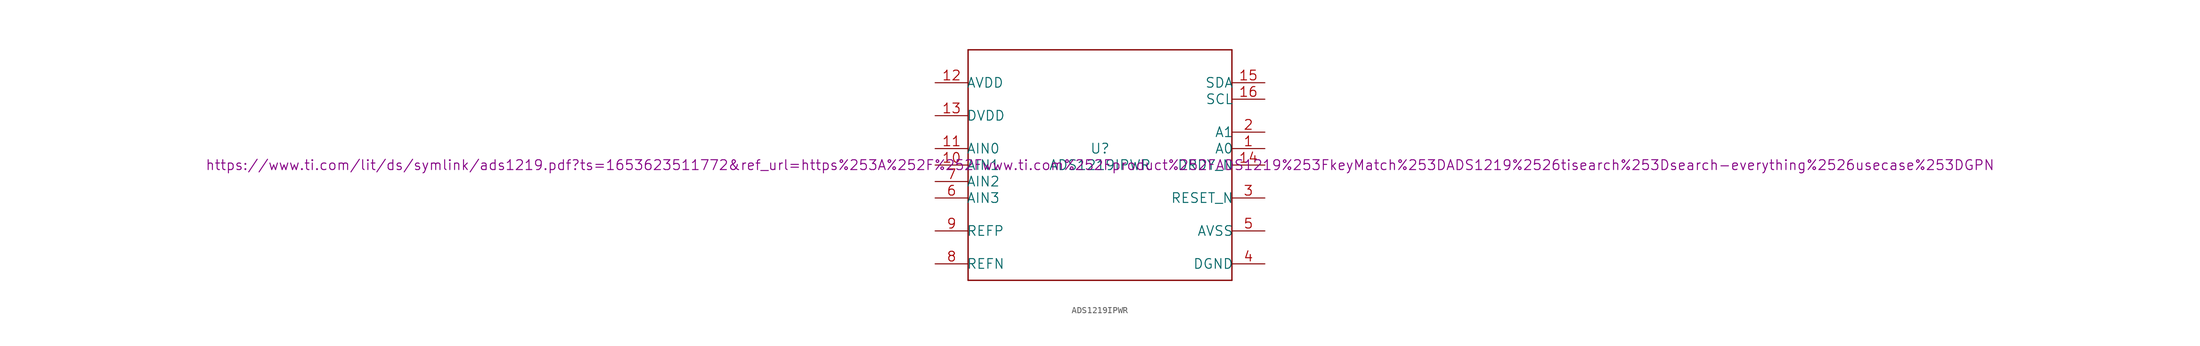
<source format=kicad_sym>
(kicad_symbol_lib
  (version 20211014)
  (generator kicad_symbol_editor)
  (symbol "ADS1219IPWR"
    (pin_names
      (offset -0.254))
    (property "Reference" "U"
      (at 0 2.54 0)
      (effects (font (size 1.524 1.524))))
    (property "Value" "ADS1219IPWR"
      (at 0 0 0)
      (effects (font (size 1.524 1.524))))
    (property "Datasheet" "https://www.ti.com/lit/ds/symlink/ads1219.pdf?ts=1653623511772&ref_url=https%253A%252F%252Fwww.ti.com%252Fproduct%252FADS1219%253FkeyMatch%253DADS1219%2526tisearch%253Dsearch-everything%2526usecase%253DGPN"
      (at 0 0 0)
      (effects (font (size 1.524 1.524))))
    (symbol "ADS1219IPWR_1_1"
      (polyline (pts (xy -20.32 -17.78) (xy 20.32 -17.78)) (stroke (width 0.203) (type default) (color 0 0 0 0)) (fill (type none)))
      (polyline (pts (xy -20.32 17.78) (xy -20.32 -17.78)) (stroke (width 0.203) (type default) (color 0 0 0 0)) (fill (type none)))
      (polyline (pts (xy 20.32 -17.78) (xy 20.32 17.78)) (stroke (width 0.203) (type default) (color 0 0 0 0)) (fill (type none)))
      (polyline (pts (xy 20.32 17.78) (xy -20.32 17.78)) (stroke (width 0.203) (type default) (color 0 0 0 0)) (fill (type none)))
      (pin input line (at 25.4 2.54 180) (length 5.08) (name "A0" (effects (font (size 1.499 1.499)))) (number "1" (effects (font (size 1.499 1.499)))))
      (pin input line (at -25.4 0 0) (length 5.08) (name "AIN1" (effects (font (size 1.499 1.499)))) (number "10" (effects (font (size 1.499 1.499)))))
      (pin input line (at -25.4 2.54 0) (length 5.08) (name "AIN0" (effects (font (size 1.499 1.499)))) (number "11" (effects (font (size 1.499 1.499)))))
      (pin power_in line (at -25.4 12.7 0) (length 5.08) (name "AVDD" (effects (font (size 1.499 1.499)))) (number "12" (effects (font (size 1.499 1.499)))))
      (pin power_in line (at -25.4 7.62 0) (length 5.08) (name "DVDD" (effects (font (size 1.499 1.499)))) (number "13" (effects (font (size 1.499 1.499)))))
      (pin output line (at 25.4 0 180) (length 5.08) (name "DRDY_N" (effects (font (size 1.499 1.499)))) (number "14" (effects (font (size 1.499 1.499)))))
      (pin bidirectional line (at 25.4 12.7 180) (length 5.08) (name "SDA" (effects (font (size 1.499 1.499)))) (number "15" (effects (font (size 1.499 1.499)))))
      (pin input line (at 25.4 10.16 180) (length 5.08) (name "SCL" (effects (font (size 1.499 1.499)))) (number "16" (effects (font (size 1.499 1.499)))))
      (pin input line (at 25.4 5.08 180) (length 5.08) (name "A1" (effects (font (size 1.499 1.499)))) (number "2" (effects (font (size 1.499 1.499)))))
      (pin input line (at 25.4 -5.08 180) (length 5.08) (name "RESET_N" (effects (font (size 1.499 1.499)))) (number "3" (effects (font (size 1.499 1.499)))))
      (pin power_in line (at 25.4 -15.24 180) (length 5.08) (name "DGND" (effects (font (size 1.499 1.499)))) (number "4" (effects (font (size 1.499 1.499)))))
      (pin power_in line (at 25.4 -10.16 180) (length 5.08) (name "AVSS" (effects (font (size 1.499 1.499)))) (number "5" (effects (font (size 1.499 1.499)))))
      (pin input line (at -25.4 -5.08 0) (length 5.08) (name "AIN3" (effects (font (size 1.499 1.499)))) (number "6" (effects (font (size 1.499 1.499)))))
      (pin input line (at -25.4 -2.54 0) (length 5.08) (name "AIN2" (effects (font (size 1.499 1.499)))) (number "7" (effects (font (size 1.499 1.499)))))
      (pin input line (at -25.4 -15.24 0) (length 5.08) (name "REFN" (effects (font (size 1.499 1.499)))) (number "8" (effects (font (size 1.499 1.499)))))
      (pin input line (at -25.4 -10.16 0) (length 5.08) (name "REFP" (effects (font (size 1.499 1.499)))) (number "9" (effects (font (size 1.499 1.499))))))))
</source>
